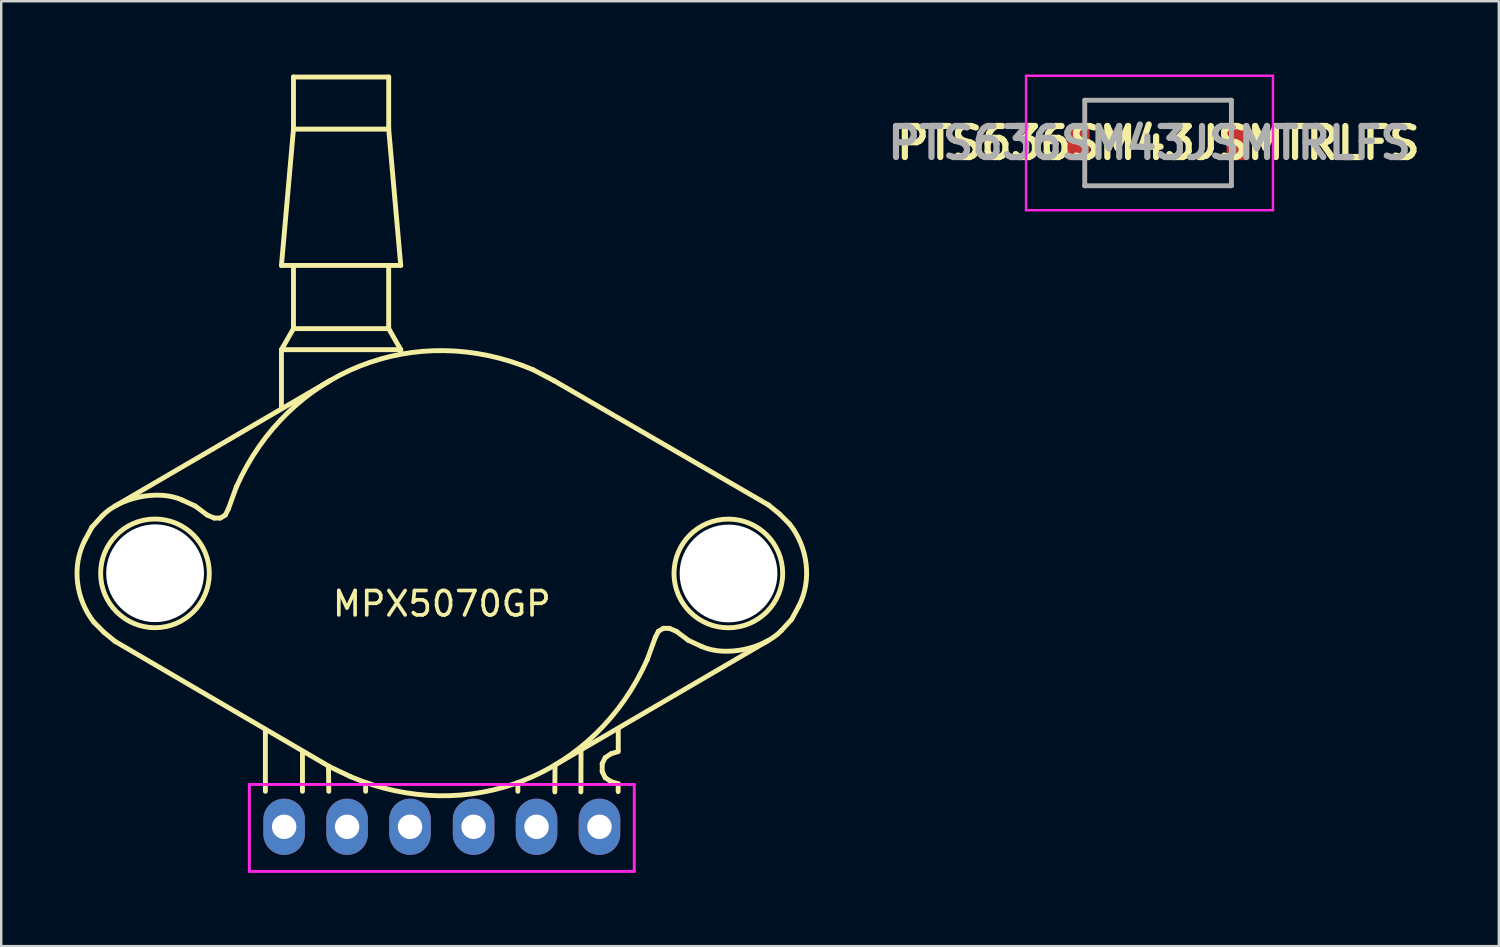
<source format=kicad_pcb>
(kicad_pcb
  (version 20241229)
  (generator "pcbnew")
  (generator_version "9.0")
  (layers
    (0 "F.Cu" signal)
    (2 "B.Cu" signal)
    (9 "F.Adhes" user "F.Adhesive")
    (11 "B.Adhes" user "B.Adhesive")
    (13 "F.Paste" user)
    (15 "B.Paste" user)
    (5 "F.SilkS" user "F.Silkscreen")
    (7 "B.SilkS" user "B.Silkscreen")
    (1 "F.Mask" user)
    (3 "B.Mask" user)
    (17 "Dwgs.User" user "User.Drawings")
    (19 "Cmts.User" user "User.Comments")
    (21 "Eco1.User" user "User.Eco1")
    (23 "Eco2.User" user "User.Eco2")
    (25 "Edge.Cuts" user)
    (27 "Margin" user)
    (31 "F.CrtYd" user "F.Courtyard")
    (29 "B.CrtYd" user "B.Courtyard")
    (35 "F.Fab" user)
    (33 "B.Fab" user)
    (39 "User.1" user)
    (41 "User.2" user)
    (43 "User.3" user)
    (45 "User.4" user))
  (footprint "PTS636SM43JSMTRLFS"
    (layer "F.Cu")
    (at 44.328 2.8)
    (property "Reference" "PTS636SM43JSMTRLFS" (at 0.011 0 0) (layer "F.SilkS") (effects (font (size 1.27 1.27) (thickness 0.254))))
    (attr smd)
    (fp_line (start -4.4 -0.1) (end -4.4 -0.1) (stroke (width 0.2) (type solid)) (layer "F.SilkS"))
    (fp_line (start -4.4 -0.1) (end -4.4 -0.1) (stroke (width 0.2) (type solid)) (layer "F.SilkS"))
    (fp_line (start -4.3 -0.1) (end -4.3 -0.1) (stroke (width 0.2) (type solid)) (layer "F.SilkS"))
    (fp_line (start -3 -1.75) (end -3 -1.75) (stroke (width 0.1) (type solid)) (layer "F.SilkS"))
    (fp_line (start -3 -1.75) (end -3 -1.75) (stroke (width 0.1) (type solid)) (layer "F.SilkS"))
    (fp_line (start -3 -1.75) (end -3 -1.25) (stroke (width 0.1) (type solid)) (layer "F.SilkS"))
    (fp_line (start -3 -1.75) (end 3 -1.75) (stroke (width 0.1) (type solid)) (layer "F.SilkS"))
    (fp_line (start -3 -1.25) (end -3 -1.75) (stroke (width 0.1) (type solid)) (layer "F.SilkS"))
    (fp_line (start -3 -1.25) (end -3 -1.25) (stroke (width 0.1) (type solid)) (layer "F.SilkS"))
    (fp_line (start -3 1.25) (end -3 1.25) (stroke (width 0.1) (type solid)) (layer "F.SilkS"))
    (fp_line (start -3 1.25) (end -3 1.75) (stroke (width 0.1) (type solid)) (layer "F.SilkS"))
    (fp_line (start -3 1.75) (end -3 1.25) (stroke (width 0.1) (type solid)) (layer "F.SilkS"))
    (fp_line (start -3 1.75) (end -3 1.75) (stroke (width 0.1) (type solid)) (layer "F.SilkS"))
    (fp_line (start -3 1.75) (end -3 1.75) (stroke (width 0.1) (type solid)) (layer "F.SilkS"))
    (fp_line (start -3 1.75) (end 3 1.75) (stroke (width 0.1) (type solid)) (layer "F.SilkS"))
    (fp_line (start 3 -1.75) (end -3 -1.75) (stroke (width 0.1) (type solid)) (layer "F.SilkS"))
    (fp_line (start 3 -1.75) (end 3 -1.75) (stroke (width 0.1) (type solid)) (layer "F.SilkS"))
    (fp_line (start 3 -1.75) (end 3 -1.75) (stroke (width 0.1) (type solid)) (layer "F.SilkS"))
    (fp_line (start 3 -1.75) (end 3 -1.25) (stroke (width 0.1) (type solid)) (layer "F.SilkS"))
    (fp_line (start 3 -1.25) (end 3 -1.75) (stroke (width 0.1) (type solid)) (layer "F.SilkS"))
    (fp_line (start 3 -1.25) (end 3 -1.25) (stroke (width 0.1) (type solid)) (layer "F.SilkS"))
    (fp_line (start 3 1.25) (end 3 1.25) (stroke (width 0.1) (type solid)) (layer "F.SilkS"))
    (fp_line (start 3 1.25) (end 3 1.75) (stroke (width 0.1) (type solid)) (layer "F.SilkS"))
    (fp_line (start 3 1.75) (end -3 1.75) (stroke (width 0.1) (type solid)) (layer "F.SilkS"))
    (fp_line (start 3 1.75) (end 3 1.25) (stroke (width 0.1) (type solid)) (layer "F.SilkS"))
    (fp_line (start 3 1.75) (end 3 1.75) (stroke (width 0.1) (type solid)) (layer "F.SilkS"))
    (fp_line (start 3 1.75) (end 3 1.75) (stroke (width 0.1) (type solid)) (layer "F.SilkS"))
    (fp_arc (start -4.4 -0.1) (mid -4.35 -0.15) (end -4.3 -0.1) (stroke (width 0.2) (type solid)) (layer "F.SilkS"))
    (fp_arc (start -4.3 -0.1) (mid -4.35 -0.05) (end -4.4 -0.1) (stroke (width 0.2) (type solid)) (layer "F.SilkS"))
    (fp_arc (start -4.3 -0.1) (mid -4.35 -0.05) (end -4.4 -0.1) (stroke (width 0.2) (type solid)) (layer "F.SilkS"))
    (fp_line (start -5.4 -2.75) (end 4.7 -2.75) (stroke (width 0.1) (type solid)) (layer "F.CrtYd"))
    (fp_line (start -5.4 2.75) (end -5.4 -2.75) (stroke (width 0.1) (type solid)) (layer "F.CrtYd"))
    (fp_line (start 4.7 -2.75) (end 4.7 2.75) (stroke (width 0.1) (type solid)) (layer "F.CrtYd"))
    (fp_line (start 4.7 2.75) (end -5.4 2.75) (stroke (width 0.1) (type solid)) (layer "F.CrtYd"))
    (fp_line (start -3 -1.75) (end -3 1.75) (stroke (width 0.2) (type solid)) (layer "F.Fab"))
    (fp_line (start -3 1.75) (end 3 1.75) (stroke (width 0.2) (type solid)) (layer "F.Fab"))
    (fp_line (start 3 -1.75) (end -3 -1.75) (stroke (width 0.2) (type solid)) (layer "F.Fab"))
    (fp_line (start 3 1.75) (end 3 -1.75) (stroke (width 0.2) (type solid)) (layer "F.Fab"))
    (fp_text user "${REFERENCE}" (at -0.35 0 0) (layer "F.Fab") (effects (font (size 1.27 1.27) (thickness 0.254))))
    (pad "1" smd rect (at -3.25 0) (size 0.9 1.4) (layers "F.Cu" "F.Mask" "F.Paste"))
    (pad "2" smd rect (at 3.25 0) (size 0.9 1.4) (layers "F.Cu" "F.Mask" "F.Paste")))
  (footprint "MPX5070GP"
    (layer "F.Cu")
    (at 15.025 20.382)
    (property "Reference" "MPX5070GP" (at 0 1.27 0) (layer "F.SilkS") (effects (font (size 1 1) (thickness 0.15))))
    (attr through_hole)
    (fp_line (start -7.218 6.418) (end -7.218 8.941) (stroke (width 0.2) (type solid)) (layer "F.SilkS"))
    (fp_line (start -5.701 7.315) (end -5.701 8.941) (stroke (width 0.2) (type solid)) (layer "F.SilkS"))
    (fp_line (start -4.623 8.941) (end -4.636 7.938) (stroke (width 0.2) (type solid)) (layer "F.SilkS"))
    (fp_line (start -3.117 8.941) (end -3.117 8.632) (stroke (width 0.2) (type solid)) (layer "F.SilkS"))
    (fp_line (start 3.111 8.941) (end 3.112 8.594) (stroke (width 0.2) (type solid)) (layer "F.SilkS"))
    (fp_line (start 4.623 8.966) (end 4.631 7.899) (stroke (width 0.2) (type solid)) (layer "F.SilkS"))
    (fp_line (start 5.69 8.966) (end 5.696 7.241) (stroke (width 0.2) (type solid)) (layer "F.SilkS"))
    (fp_line (start 7.214 8.954) (end 7.218 8.63) (stroke (width 0.2) (type solid)) (layer "F.SilkS"))
    (fp_circle (center -11.735 0.025) (end -9.512 0.023) (stroke (width 0.2) (type solid)) (fill no) (layer "F.SilkS"))
    (fp_circle (center 11.722 0.028) (end 13.945 0.025) (stroke (width 0.2) (type solid)) (fill no) (layer "F.SilkS"))
    (fp_curve (pts (xy -14.599 -1.335) (xy -14.599 -1.335) (xy -14.312 -1.868) (xy -14.312 -1.868)) (stroke (width 0.2) (type solid)) (layer "F.SilkS"))
    (fp_curve (pts (xy -14.312 -1.868) (xy -14.312 -1.868) (xy -13.902 -2.319) (xy -13.902 -2.319)) (stroke (width 0.2) (type solid)) (layer "F.SilkS"))
    (fp_curve (pts (xy -14.23 2.028) (xy -14.971 1.091) (xy -15.159 -0.263) (xy -14.599 -1.335)) (stroke (width 0.2) (type solid)) (layer "F.SilkS"))
    (fp_curve (pts (xy -13.902 -2.319) (xy -13.177 -3.086) (xy -11.591 -3.421) (xy -10.621 -2.975)) (stroke (width 0.2) (type solid)) (layer "F.SilkS"))
    (fp_curve (pts (xy -13.82 2.438) (xy -13.82 2.438) (xy -14.23 2.028) (xy -14.23 2.028)) (stroke (width 0.2) (type solid)) (layer "F.SilkS"))
    (fp_curve (pts (xy -13.369 -2.728) (xy -13.369 -2.728) (xy -4.562 -7.868) (xy -4.562 -7.868)) (stroke (width 0.2) (type solid)) (layer "F.SilkS"))
    (fp_curve (pts (xy -13.369 2.807) (xy -13.369 2.807) (xy -13.82 2.438) (xy -13.82 2.438)) (stroke (width 0.2) (type solid)) (layer "F.SilkS"))
    (fp_curve (pts (xy -13.369 2.807) (xy -13.369 2.807) (xy -4.593 7.933) (xy -4.593 7.933)) (stroke (width 0.2) (type solid)) (layer "F.SilkS"))
    (fp_curve (pts (xy -10.621 -2.975) (xy -10.621 -2.975) (xy -10.088 -2.729) (xy -10.088 -2.729)) (stroke (width 0.2) (type solid)) (layer "F.SilkS"))
    (fp_curve (pts (xy -10.088 -2.729) (xy -10.088 -2.729) (xy -9.596 -2.36) (xy -9.596 -2.36)) (stroke (width 0.2) (type solid)) (layer "F.SilkS"))
    (fp_curve (pts (xy -9.309 -2.237) (xy -9.309 -2.237) (xy -9.596 -2.36) (xy -9.596 -2.36)) (stroke (width 0.2) (type solid)) (layer "F.SilkS"))
    (fp_curve (pts (xy -9.063 -2.237) (xy -9.063 -2.237) (xy -9.309 -2.237) (xy -9.309 -2.237)) (stroke (width 0.2) (type solid)) (layer "F.SilkS"))
    (fp_curve (pts (xy -8.858 -2.36) (xy -8.858 -2.36) (xy -9.063 -2.237) (xy -9.063 -2.237)) (stroke (width 0.2) (type solid)) (layer "F.SilkS"))
    (fp_curve (pts (xy -8.735 -2.606) (xy -8.735 -2.606) (xy -8.858 -2.36) (xy -8.858 -2.36)) (stroke (width 0.2) (type solid)) (layer "F.SilkS"))
    (fp_curve (pts (xy -8.735 -2.606) (xy -8.735 -2.606) (xy -8.407 -3.508) (xy -8.407 -3.508)) (stroke (width 0.2) (type solid)) (layer "F.SilkS"))
    (fp_curve (pts (xy -8.407 -3.508) (xy -6.289 -8.275) (xy -1.074 -10.345) (xy 3.732 -8.307)) (stroke (width 0.2) (type solid)) (layer "F.SilkS"))
    (fp_curve (pts (xy -6.561 -12.572) (xy -6.561 -12.572) (xy -6.069 -18.149) (xy -6.069 -18.149)) (stroke (width 0.2) (type solid)) (layer "F.SilkS"))
    (fp_curve (pts (xy -6.561 -9.127) (xy -6.561 -9.127) (xy -6.561 -6.749) (xy -6.561 -6.749)) (stroke (width 0.2) (type solid)) (layer "F.SilkS"))
    (fp_curve (pts (xy -6.561 -9.127) (xy -6.561 -9.127) (xy -6.069 -9.988) (xy -6.069 -9.988)) (stroke (width 0.2) (type solid)) (layer "F.SilkS"))
    (fp_curve (pts (xy -6.561 -9.127) (xy -6.561 -9.127) (xy -1.681 -9.127) (xy -1.681 -9.127)) (stroke (width 0.2) (type solid)) (layer "F.SilkS"))
    (fp_curve (pts (xy -6.069 -20.282) (xy -6.069 -20.282) (xy -6.069 -18.149) (xy -6.069 -18.149)) (stroke (width 0.2) (type solid)) (layer "F.SilkS"))
    (fp_curve (pts (xy -6.069 -12.572) (xy -6.069 -12.572) (xy -6.069 -9.988) (xy -6.069 -9.988)) (stroke (width 0.2) (type solid)) (layer "F.SilkS"))
    (fp_curve (pts (xy -6.069 -9.988) (xy -6.069 -9.988) (xy -2.173 -9.988) (xy -2.173 -9.988)) (stroke (width 0.2) (type solid)) (layer "F.SilkS"))
    (fp_curve (pts (xy -3.731 8.343) (xy -3.731 8.343) (xy -4.593 7.933) (xy -4.593 7.933)) (stroke (width 0.2) (type solid)) (layer "F.SilkS"))
    (fp_curve (pts (xy -2.174 -12.572) (xy -2.174 -12.572) (xy -2.174 -9.988) (xy -2.174 -9.988)) (stroke (width 0.2) (type solid)) (layer "F.SilkS"))
    (fp_curve (pts (xy -2.173 -20.281) (xy -2.173 -20.281) (xy -6.069 -20.281) (xy -6.069 -20.281)) (stroke (width 0.2) (type solid)) (layer "F.SilkS"))
    (fp_curve (pts (xy -2.173 -18.149) (xy -2.173 -18.149) (xy -6.069 -18.149) (xy -6.069 -18.149)) (stroke (width 0.2) (type solid)) (layer "F.SilkS"))
    (fp_curve (pts (xy -2.173 -18.149) (xy -2.173 -18.149) (xy -2.173 -20.282) (xy -2.173 -20.282)) (stroke (width 0.2) (type solid)) (layer "F.SilkS"))
    (fp_curve (pts (xy -2.173 -9.988) (xy -2.173 -9.988) (xy -1.681 -9.127) (xy -1.681 -9.127)) (stroke (width 0.2) (type solid)) (layer "F.SilkS"))
    (fp_curve (pts (xy -1.681 -12.572) (xy -1.681 -12.572) (xy -6.561 -12.572) (xy -6.561 -12.572)) (stroke (width 0.2) (type solid)) (layer "F.SilkS"))
    (fp_curve (pts (xy -1.681 -12.572) (xy -1.681 -12.572) (xy -2.173 -18.149) (xy -2.173 -18.149)) (stroke (width 0.2) (type solid)) (layer "F.SilkS"))
    (fp_curve (pts (xy -1.681 -9.127) (xy -1.681 -9.127) (xy -1.681 -8.963) (xy -1.681 -8.963)) (stroke (width 0.2) (type solid)) (layer "F.SilkS"))
    (fp_curve (pts (xy 3.732 -8.307) (xy 3.732 -8.307) (xy 4.593 -7.856) (xy 4.593 -7.856)) (stroke (width 0.2) (type solid)) (layer "F.SilkS"))
    (fp_curve (pts (xy 6.562 7.81) (xy 6.562 7.81) (xy 6.685 7.564) (xy 6.685 7.564)) (stroke (width 0.2) (type solid)) (layer "F.SilkS"))
    (fp_curve (pts (xy 6.562 8.138) (xy 6.562 8.138) (xy 6.562 7.81) (xy 6.562 7.81)) (stroke (width 0.2) (type solid)) (layer "F.SilkS"))
    (fp_curve (pts (xy 6.685 7.564) (xy 6.685 7.564) (xy 6.931 7.4) (xy 6.931 7.4)) (stroke (width 0.2) (type solid)) (layer "F.SilkS"))
    (fp_curve (pts (xy 6.685 8.384) (xy 6.685 8.384) (xy 6.562 8.138) (xy 6.562 8.138)) (stroke (width 0.2) (type solid)) (layer "F.SilkS"))
    (fp_curve (pts (xy 6.931 7.4) (xy 6.931 7.4) (xy 7.218 7.318) (xy 7.218 7.318)) (stroke (width 0.2) (type solid)) (layer "F.SilkS"))
    (fp_curve (pts (xy 6.931 8.549) (xy 6.931 8.549) (xy 6.685 8.384) (xy 6.685 8.384)) (stroke (width 0.2) (type solid)) (layer "F.SilkS"))
    (fp_curve (pts (xy 7.218 7.277) (xy 7.218 7.277) (xy 7.218 6.416) (xy 7.218 6.416)) (stroke (width 0.2) (type solid)) (layer "F.SilkS"))
    (fp_curve (pts (xy 7.218 8.63) (xy 7.218 8.63) (xy 6.931 8.549) (xy 6.931 8.549)) (stroke (width 0.2) (type solid)) (layer "F.SilkS"))
    (fp_curve (pts (xy 8.407 3.545) (xy 6.289 8.312) (xy 1.074 10.382) (xy -3.731 8.343)) (stroke (width 0.2) (type solid)) (layer "F.SilkS"))
    (fp_curve (pts (xy 8.735 2.643) (xy 8.735 2.643) (xy 8.407 3.545) (xy 8.407 3.545)) (stroke (width 0.2) (type solid)) (layer "F.SilkS"))
    (fp_curve (pts (xy 8.735 2.643) (xy 8.735 2.643) (xy 8.858 2.397) (xy 8.858 2.397)) (stroke (width 0.2) (type solid)) (layer "F.SilkS"))
    (fp_curve (pts (xy 8.858 2.397) (xy 8.858 2.397) (xy 9.063 2.274) (xy 9.063 2.274)) (stroke (width 0.2) (type solid)) (layer "F.SilkS"))
    (fp_curve (pts (xy 9.063 2.274) (xy 9.063 2.274) (xy 9.309 2.274) (xy 9.309 2.274)) (stroke (width 0.2) (type solid)) (layer "F.SilkS"))
    (fp_curve (pts (xy 9.309 2.274) (xy 9.309 2.274) (xy 9.597 2.397) (xy 9.597 2.397)) (stroke (width 0.2) (type solid)) (layer "F.SilkS"))
    (fp_curve (pts (xy 10.089 2.766) (xy 10.089 2.766) (xy 9.597 2.397) (xy 9.597 2.397)) (stroke (width 0.2) (type solid)) (layer "F.SilkS"))
    (fp_curve (pts (xy 10.622 3.012) (xy 10.622 3.012) (xy 10.089 2.766) (xy 10.089 2.766)) (stroke (width 0.2) (type solid)) (layer "F.SilkS"))
    (fp_curve (pts (xy 13.344 2.779) (xy 13.344 2.779) (xy 4.564 7.904) (xy 4.564 7.904)) (stroke (width 0.2) (type solid)) (layer "F.SilkS"))
    (fp_curve (pts (xy 13.369 -2.77) (xy 13.369 -2.77) (xy 4.593 -7.856) (xy 4.593 -7.856)) (stroke (width 0.2) (type solid)) (layer "F.SilkS"))
    (fp_curve (pts (xy 13.369 -2.77) (xy 13.369 -2.77) (xy 13.82 -2.401) (xy 13.82 -2.401)) (stroke (width 0.2) (type solid)) (layer "F.SilkS"))
    (fp_curve (pts (xy 13.82 -2.401) (xy 13.82 -2.401) (xy 14.23 -1.991) (xy 14.23 -1.991)) (stroke (width 0.2) (type solid)) (layer "F.SilkS"))
    (fp_curve (pts (xy 13.902 2.356) (xy 13.177 3.123) (xy 11.592 3.458) (xy 10.622 3.012)) (stroke (width 0.2) (type solid)) (layer "F.SilkS"))
    (fp_curve (pts (xy 14.23 -1.991) (xy 14.972 -1.054) (xy 15.16 0.299) (xy 14.6 1.372)) (stroke (width 0.2) (type solid)) (layer "F.SilkS"))
    (fp_curve (pts (xy 14.312 1.905) (xy 14.312 1.905) (xy 13.902 2.356) (xy 13.902 2.356)) (stroke (width 0.2) (type solid)) (layer "F.SilkS"))
    (fp_curve (pts (xy 14.6 1.372) (xy 14.6 1.372) (xy 14.312 1.905) (xy 14.312 1.905)) (stroke (width 0.2) (type solid)) (layer "F.SilkS"))
    (fp_line (start -7.874 8.661) (end -7.874 10.693) (stroke (width 0.12) (type solid)) (layer "F.CrtYd"))
    (fp_line (start -7.874 10.693) (end -7.874 12.217) (stroke (width 0.12) (type solid)) (layer "F.CrtYd"))
    (fp_line (start -7.874 12.217) (end 7.874 12.217) (stroke (width 0.12) (type solid)) (layer "F.CrtYd"))
    (fp_line (start 7.874 8.661) (end -7.874 8.661) (stroke (width 0.12) (type solid)) (layer "F.CrtYd"))
    (fp_line (start 7.874 12.217) (end 7.874 8.661) (stroke (width 0.12) (type solid)) (layer "F.CrtYd"))
    (pad "" np_thru_hole circle (at -11.73 0.02) (size 4 4) (drill 4) (layers "*.Cu" "*.Mask"))
    (pad "" np_thru_hole circle (at 11.73 0.03) (size 4 4) (drill 4) (layers "*.Cu" "*.Mask"))
    (pad "1" thru_hole oval (at 6.45 10.393) (size 1.7 2.3) (drill 1) (layers "*.Cu" "*.Mask"))
    (pad "2" thru_hole oval (at 3.875 10.393) (size 1.7 2.3) (drill 1) (layers "*.Cu" "*.Mask"))
    (pad "3" thru_hole oval (at 1.3 10.393) (size 1.7 2.3) (drill 1) (layers "*.Cu" "*.Mask"))
    (pad "4" thru_hole oval (at -1.3 10.393) (size 1.7 2.3) (drill 1) (layers "*.Cu" "*.Mask"))
    (pad "5" thru_hole oval (at -3.875 10.393) (size 1.7 2.3) (drill 1) (layers "*.Cu" "*.Mask"))
    (pad "6" thru_hole oval (at -6.45 10.393) (size 1.7 2.3) (drill 1) (layers "*.Cu" "*.Mask")))
  (gr_rect
    (start -3 -3)
    (end 58.268 35.659)
    (stroke (width 0.1) (type default))
    (fill no)
    (layer "Edge.Cuts")))
</source>
